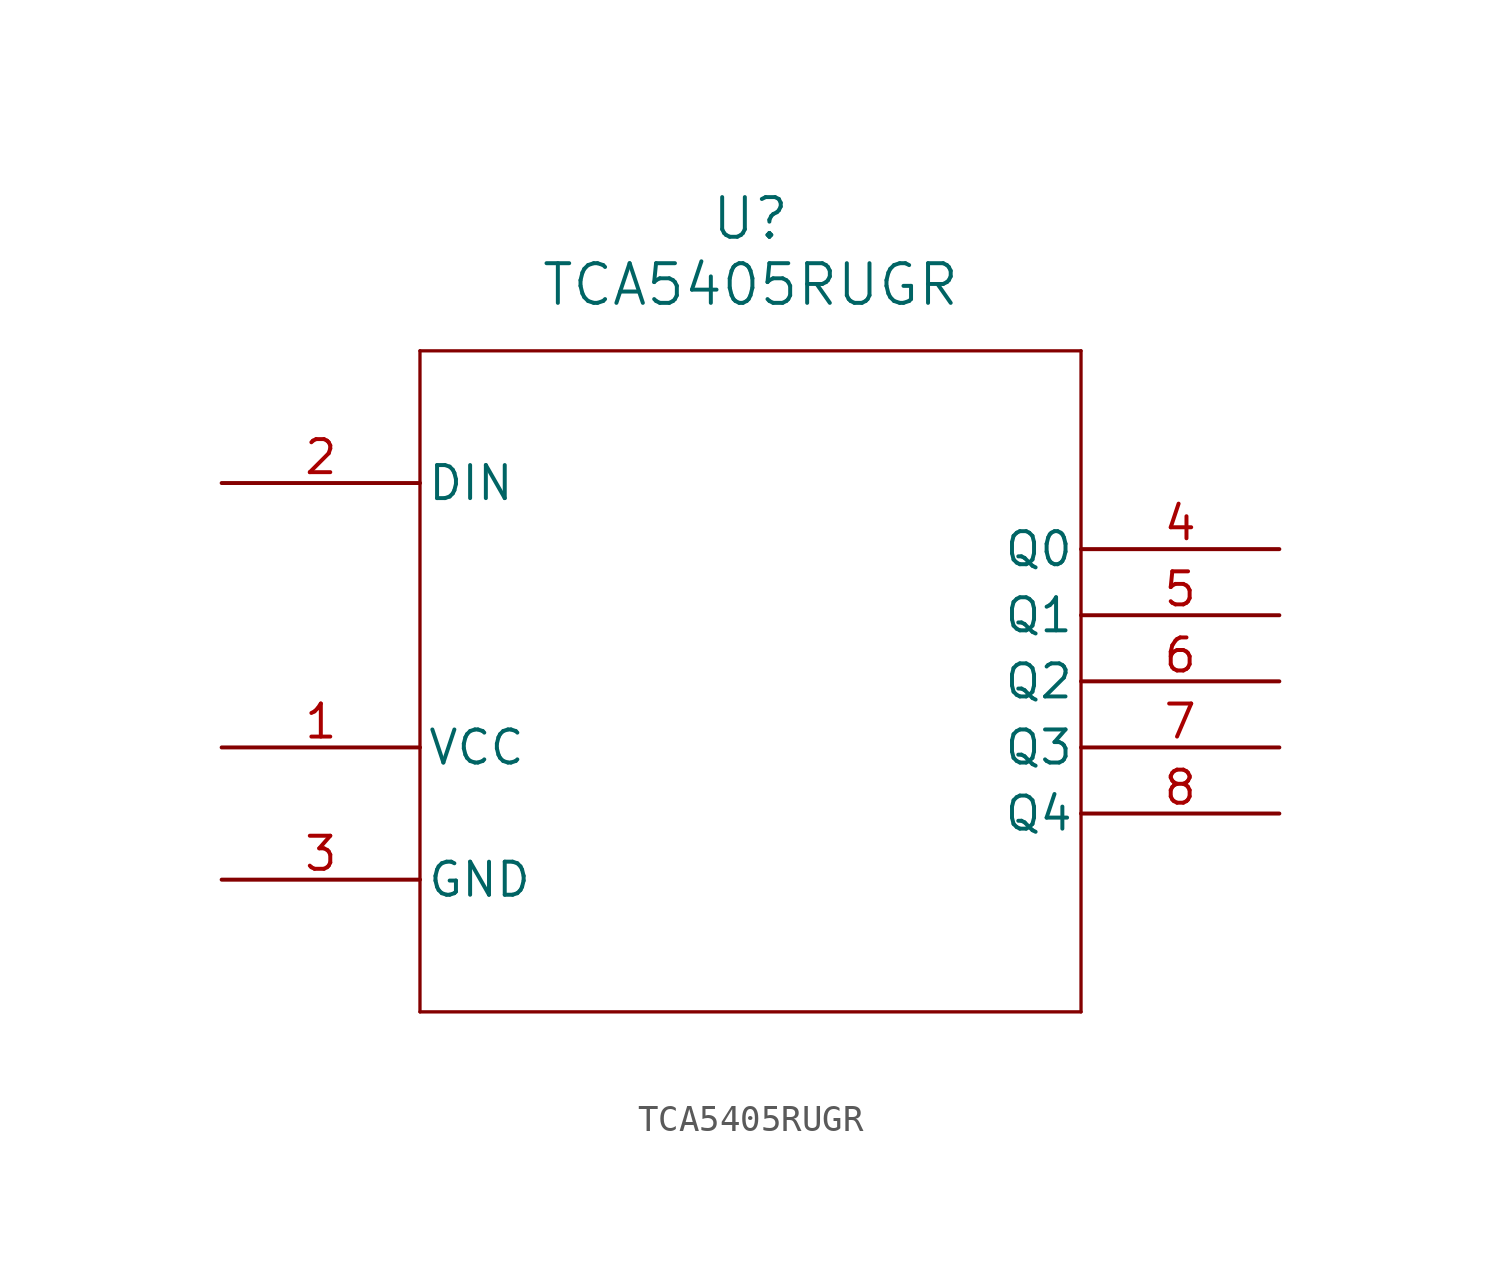
<source format=kicad_sym>
(kicad_symbol_lib
  (version 20211014)
  (generator kicad_symbol_editor)
  (symbol "TCA5405RUGR"
    (pin_names
      (offset 0.254))
    (property "Reference" "U"
      (at 20.32 10.16 0)
      (effects (font (size 1.524 1.524))))
    (property "Value" "TCA5405RUGR"
      (at 20.32 7.62 0)
      (effects (font (size 1.524 1.524))))
    (symbol "TCA5405RUGR_0_1"
      (polyline (pts (xy 7.62 5.08) (xy 7.62 -20.32)) (stroke (width 0.127) (type default) (color 0 0 0 0)) (fill (type none)))
      (polyline (pts (xy 7.62 -20.32) (xy 33.02 -20.32)) (stroke (width 0.127) (type default) (color 0 0 0 0)) (fill (type none)))
      (polyline (pts (xy 33.02 -20.32) (xy 33.02 5.08)) (stroke (width 0.127) (type default) (color 0 0 0 0)) (fill (type none)))
      (polyline (pts (xy 33.02 5.08) (xy 7.62 5.08)) (stroke (width 0.127) (type default) (color 0 0 0 0)) (fill (type none)))
      (pin power_in line (at 0 -10.16 0) (length 7.62) (name "VCC" (effects (font (size 1.27 1.27)))) (number "1" (effects (font (size 1.27 1.27)))))
      (pin input line (at 0 0 0) (length 7.62) (name "DIN" (effects (font (size 1.27 1.27)))) (number "2" (effects (font (size 1.27 1.27)))))
      (pin power_in line (at 0 -15.24 0) (length 7.62) (name "GND" (effects (font (size 1.27 1.27)))) (number "3" (effects (font (size 1.27 1.27)))))
      (pin unspecified line (at 40.64 -2.54 180) (length 7.62) (name "Q0" (effects (font (size 1.27 1.27)))) (number "4" (effects (font (size 1.27 1.27)))))
      (pin unspecified line (at 40.64 -5.08 180) (length 7.62) (name "Q1" (effects (font (size 1.27 1.27)))) (number "5" (effects (font (size 1.27 1.27)))))
      (pin unspecified line (at 40.64 -7.62 180) (length 7.62) (name "Q2" (effects (font (size 1.27 1.27)))) (number "6" (effects (font (size 1.27 1.27)))))
      (pin unspecified line (at 40.64 -10.16 180) (length 7.62) (name "Q3" (effects (font (size 1.27 1.27)))) (number "7" (effects (font (size 1.27 1.27)))))
      (pin unspecified line (at 40.64 -12.7 180) (length 7.62) (name "Q4" (effects (font (size 1.27 1.27)))) (number "8" (effects (font (size 1.27 1.27))))))))
</source>
